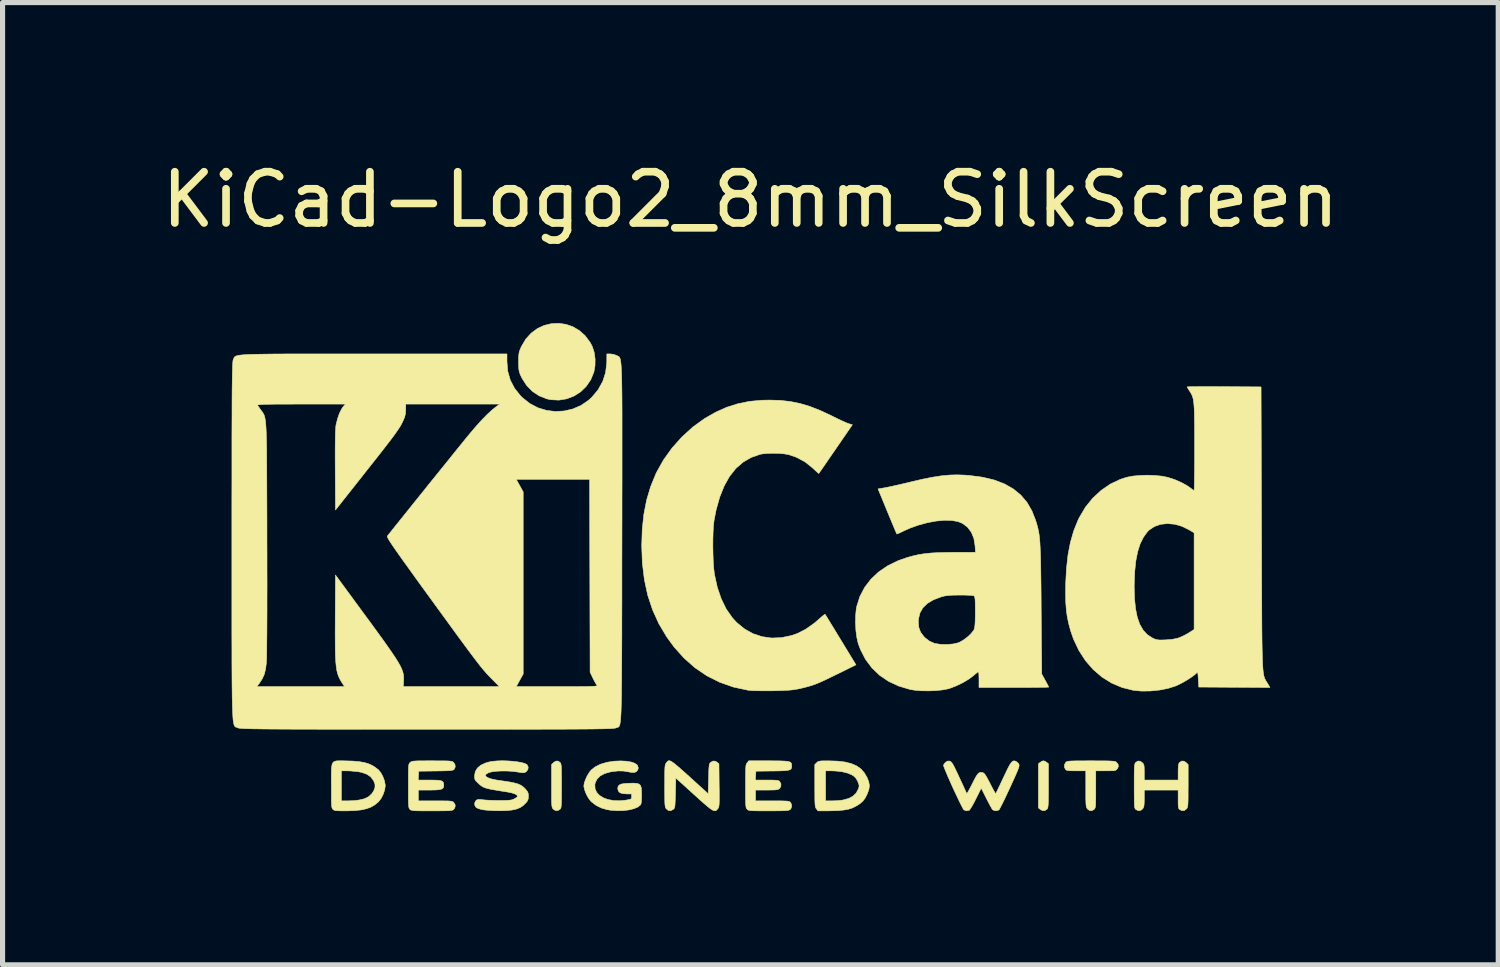
<source format=kicad_pcb>
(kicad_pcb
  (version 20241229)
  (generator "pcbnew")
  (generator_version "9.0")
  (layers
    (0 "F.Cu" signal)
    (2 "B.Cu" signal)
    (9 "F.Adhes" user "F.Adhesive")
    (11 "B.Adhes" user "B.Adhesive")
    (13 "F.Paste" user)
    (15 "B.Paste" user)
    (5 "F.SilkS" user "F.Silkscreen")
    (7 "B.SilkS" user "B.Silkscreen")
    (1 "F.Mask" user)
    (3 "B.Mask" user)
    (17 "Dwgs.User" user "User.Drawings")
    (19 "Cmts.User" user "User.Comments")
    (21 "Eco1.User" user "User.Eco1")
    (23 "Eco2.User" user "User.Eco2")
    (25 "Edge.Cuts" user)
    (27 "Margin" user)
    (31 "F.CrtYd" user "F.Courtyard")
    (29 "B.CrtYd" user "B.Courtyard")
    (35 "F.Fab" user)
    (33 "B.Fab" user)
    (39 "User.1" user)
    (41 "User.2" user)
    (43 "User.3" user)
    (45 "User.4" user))
  (footprint "KiCad-Logo2_8mm_SilkScreen"
    (layer "F.Cu")
    (at 11.601 7.198)
    (property "Reference" "KiCad-Logo2_8mm_SilkScreen" (at 0 -6.35 0) (layer "F.SilkS") (effects (font (size 1 1) (thickness 0.15))))
    (attr exclude_from_pos_files exclude_from_bom allow_missing_courtyard)
    (fp_poly (pts (xy 5.752 4.615) (xy 5.783 4.635) (xy 5.819 4.664) (xy 5.819 5.092) (xy 5.819 5.217) (xy 5.818 5.316) (xy 5.817 5.391) (xy 5.815 5.447) (xy 5.812 5.487) (xy 5.808 5.515) (xy 5.802 5.533) (xy 5.795 5.545) (xy 5.79 5.552) (xy 5.748 5.579) (xy 5.701 5.578) (xy 5.659 5.555) (xy 5.623 5.526) (xy 5.623 4.664) (xy 5.659 4.635) (xy 5.693 4.614) (xy 5.721 4.606) (xy 5.752 4.615)) (stroke (width 0.01) (type solid)) (fill yes) (layer "F.SilkS"))
    (fp_poly (pts (xy -3.718 4.636) (xy -3.709 4.647) (xy -3.702 4.66) (xy -3.697 4.679) (xy -3.693 4.708) (xy -3.69 4.751) (xy -3.689 4.811) (xy -3.688 4.89) (xy -3.688 4.994) (xy -3.688 5.095) (xy -3.688 5.22) (xy -3.688 5.318) (xy -3.689 5.393) (xy -3.691 5.449) (xy -3.694 5.489) (xy -3.698 5.516) (xy -3.703 5.533) (xy -3.711 5.545) (xy -3.718 5.553) (xy -3.762 5.579) (xy -3.808 5.577) (xy -3.85 5.549) (xy -3.86 5.537) (xy -3.867 5.524) (xy -3.873 5.506) (xy -3.877 5.479) (xy -3.88 5.439) (xy -3.882 5.383) (xy -3.883 5.308) (xy -3.883 5.209) (xy -3.883 5.097) (xy -3.883 4.68) (xy -3.846 4.643) (xy -3.801 4.612) (xy -3.756 4.611) (xy -3.718 4.636)) (stroke (width 0.01) (type solid)) (fill yes) (layer "F.SilkS"))
    (fp_poly (pts (xy -3.602 -3.916) (xy -3.466 -3.869) (xy -3.339 -3.794) (xy -3.226 -3.693) (xy -3.13 -3.564) (xy -3.087 -3.483) (xy -3.05 -3.37) (xy -3.032 -3.239) (xy -3.034 -3.105) (xy -3.056 -2.983) (xy -3.117 -2.834) (xy -3.205 -2.705) (xy -3.315 -2.598) (xy -3.444 -2.516) (xy -3.587 -2.461) (xy -3.739 -2.436) (xy -3.896 -2.444) (xy -3.973 -2.46) (xy -4.124 -2.519) (xy -4.258 -2.608) (xy -4.372 -2.726) (xy -4.463 -2.869) (xy -4.47 -2.885) (xy -4.497 -2.943) (xy -4.513 -2.993) (xy -4.522 -3.045) (xy -4.526 -3.111) (xy -4.527 -3.184) (xy -4.526 -3.271) (xy -4.521 -3.334) (xy -4.511 -3.385) (xy -4.492 -3.436) (xy -4.469 -3.487) (xy -4.384 -3.63) (xy -4.279 -3.745) (xy -4.158 -3.834) (xy -4.026 -3.895) (xy -3.886 -3.929) (xy -3.744 -3.936) (xy -3.602 -3.916)) (stroke (width 0.01) (type solid)) (fill yes) (layer "F.SilkS"))
    (fp_poly (pts (xy 6.783 4.607) (xy 6.887 4.607) (xy 6.969 4.608) (xy 7.03 4.61) (xy 7.074 4.613) (xy 7.105 4.616) (xy 7.126 4.621) (xy 7.139 4.628) (xy 7.146 4.633) (xy 7.18 4.676) (xy 7.184 4.721) (xy 7.163 4.762) (xy 7.149 4.778) (xy 7.134 4.789) (xy 7.113 4.796) (xy 7.079 4.8) (xy 7.027 4.801) (xy 6.952 4.802) (xy 6.937 4.802) (xy 6.743 4.802) (xy 6.743 5.163) (xy 6.743 5.276) (xy 6.742 5.364) (xy 6.741 5.429) (xy 6.739 5.475) (xy 6.735 5.507) (xy 6.729 5.528) (xy 6.722 5.543) (xy 6.713 5.553) (xy 6.669 5.58) (xy 6.623 5.578) (xy 6.582 5.547) (xy 6.579 5.544) (xy 6.569 5.53) (xy 6.561 5.513) (xy 6.556 5.49) (xy 6.552 5.457) (xy 6.55 5.409) (xy 6.548 5.343) (xy 6.548 5.254) (xy 6.548 5.153) (xy 6.548 4.802) (xy 6.362 4.802) (xy 6.282 4.801) (xy 6.227 4.799) (xy 6.191 4.795) (xy 6.168 4.787) (xy 6.153 4.776) (xy 6.152 4.774) (xy 6.13 4.73) (xy 6.132 4.68) (xy 6.157 4.636) (xy 6.167 4.628) (xy 6.179 4.621) (xy 6.198 4.616) (xy 6.226 4.612) (xy 6.267 4.61) (xy 6.324 4.608) (xy 6.4 4.607) (xy 6.499 4.607) (xy 6.624 4.606) (xy 6.651 4.606) (xy 6.783 4.607)) (stroke (width 0.01) (type solid)) (fill yes) (layer "F.SilkS"))
    (fp_poly (pts (xy 8.468 4.614) (xy 8.51 4.643) (xy 8.547 4.68) (xy 8.547 5.092) (xy 8.546 5.214) (xy 8.546 5.31) (xy 8.545 5.384) (xy 8.543 5.438) (xy 8.54 5.476) (xy 8.536 5.503) (xy 8.529 5.521) (xy 8.522 5.535) (xy 8.515 5.544) (xy 8.474 5.576) (xy 8.427 5.58) (xy 8.385 5.56) (xy 8.37 5.548) (xy 8.361 5.532) (xy 8.355 5.507) (xy 8.352 5.466) (xy 8.351 5.405) (xy 8.351 5.357) (xy 8.351 5.178) (xy 7.69 5.178) (xy 7.69 5.341) (xy 7.689 5.416) (xy 7.686 5.467) (xy 7.681 5.501) (xy 7.671 5.526) (xy 7.659 5.544) (xy 7.618 5.576) (xy 7.571 5.58) (xy 7.526 5.557) (xy 7.514 5.545) (xy 7.506 5.529) (xy 7.5 5.504) (xy 7.497 5.465) (xy 7.495 5.406) (xy 7.494 5.324) (xy 7.494 5.305) (xy 7.493 5.15) (xy 7.493 5.023) (xy 7.493 4.919) (xy 7.494 4.838) (xy 7.495 4.775) (xy 7.497 4.728) (xy 7.501 4.695) (xy 7.505 4.671) (xy 7.51 4.656) (xy 7.517 4.645) (xy 7.525 4.636) (xy 7.567 4.61) (xy 7.611 4.614) (xy 7.653 4.643) (xy 7.67 4.662) (xy 7.681 4.684) (xy 7.687 4.714) (xy 7.689 4.76) (xy 7.69 4.828) (xy 7.69 4.982) (xy 8.351 4.982) (xy 8.351 4.824) (xy 8.352 4.752) (xy 8.355 4.703) (xy 8.36 4.671) (xy 8.37 4.649) (xy 8.381 4.636) (xy 8.424 4.61) (xy 8.468 4.614)) (stroke (width 0.01) (type solid)) (fill yes) (layer "F.SilkS"))
    (fp_poly (pts (xy 1.531 4.607) (xy 1.703 4.612) (xy 1.849 4.63) (xy 1.971 4.661) (xy 2.073 4.705) (xy 2.157 4.764) (xy 2.224 4.84) (xy 2.278 4.932) (xy 2.279 4.934) (xy 2.311 5.017) (xy 2.323 5.09) (xy 2.314 5.164) (xy 2.283 5.248) (xy 2.278 5.261) (xy 2.239 5.336) (xy 2.195 5.394) (xy 2.139 5.443) (xy 2.062 5.492) (xy 2.057 5.494) (xy 1.99 5.527) (xy 1.915 5.551) (xy 1.825 5.567) (xy 1.718 5.578) (xy 1.586 5.582) (xy 1.54 5.583) (xy 1.319 5.583) (xy 1.288 5.544) (xy 1.279 5.531) (xy 1.272 5.516) (xy 1.266 5.494) (xy 1.263 5.464) (xy 1.26 5.42) (xy 1.259 5.388) (xy 1.468 5.388) (xy 1.593 5.388) (xy 1.666 5.386) (xy 1.741 5.38) (xy 1.802 5.372) (xy 1.806 5.372) (xy 1.916 5.342) (xy 2 5.298) (xy 2.064 5.237) (xy 2.107 5.157) (xy 2.115 5.136) (xy 2.122 5.103) (xy 2.119 5.071) (xy 2.103 5.028) (xy 2.094 5.006) (xy 2.063 4.95) (xy 2.025 4.91) (xy 1.984 4.883) (xy 1.902 4.847) (xy 1.796 4.821) (xy 1.673 4.806) (xy 1.584 4.802) (xy 1.468 4.802) (xy 1.468 5.388) (xy 1.259 5.388) (xy 1.258 5.36) (xy 1.258 5.279) (xy 1.257 5.174) (xy 1.257 5.092) (xy 1.257 4.68) (xy 1.294 4.643) (xy 1.31 4.628) (xy 1.328 4.618) (xy 1.353 4.612) (xy 1.39 4.608) (xy 1.446 4.607) (xy 1.526 4.607) (xy 1.531 4.607)) (stroke (width 0.01) (type solid)) (fill yes) (layer "F.SilkS"))
    (fp_poly (pts (xy -7.975 4.606) (xy -7.922 4.607) (xy -7.768 4.611) (xy -7.639 4.622) (xy -7.531 4.641) (xy -7.439 4.67) (xy -7.358 4.711) (xy -7.286 4.763) (xy -7.259 4.785) (xy -7.216 4.838) (xy -7.177 4.91) (xy -7.147 4.99) (xy -7.131 5.067) (xy -7.129 5.095) (xy -7.14 5.173) (xy -7.169 5.259) (xy -7.21 5.34) (xy -7.259 5.404) (xy -7.267 5.412) (xy -7.335 5.467) (xy -7.409 5.51) (xy -7.493 5.541) (xy -7.593 5.564) (xy -7.712 5.577) (xy -7.854 5.583) (xy -7.919 5.583) (xy -8.002 5.583) (xy -8.06 5.581) (xy -8.099 5.578) (xy -8.125 5.571) (xy -8.142 5.562) (xy -8.151 5.553) (xy -8.16 5.543) (xy -8.167 5.53) (xy -8.172 5.511) (xy -8.176 5.481) (xy -8.179 5.439) (xy -8.18 5.379) (xy -8.181 5.299) (xy -8.181 5.196) (xy -8.181 5.095) (xy -8.182 4.961) (xy -8.182 4.853) (xy -8.18 4.802) (xy -7.986 4.802) (xy -7.986 5.388) (xy -7.862 5.388) (xy -7.787 5.386) (xy -7.709 5.38) (xy -7.644 5.372) (xy -7.642 5.372) (xy -7.537 5.347) (xy -7.455 5.307) (xy -7.393 5.251) (xy -7.353 5.189) (xy -7.329 5.122) (xy -7.331 5.058) (xy -7.359 4.99) (xy -7.414 4.919) (xy -7.491 4.867) (xy -7.59 4.832) (xy -7.657 4.819) (xy -7.732 4.811) (xy -7.812 4.804) (xy -7.881 4.802) (xy -7.885 4.802) (xy -7.986 4.802) (xy -8.18 4.802) (xy -8.18 4.77) (xy -8.174 4.708) (xy -8.163 4.663) (xy -8.145 4.634) (xy -8.119 4.617) (xy -8.083 4.608) (xy -8.036 4.606) (xy -7.975 4.606)) (stroke (width 0.01) (type solid)) (fill yes) (layer "F.SilkS"))
    (fp_poly (pts (xy -1.556 4.612) (xy -1.524 4.631) (xy -1.483 4.661) (xy -1.431 4.704) (xy -1.364 4.762) (xy -1.281 4.835) (xy -1.18 4.926) (xy -1.065 5.031) (xy -0.824 5.249) (xy -0.817 4.957) (xy -0.814 4.856) (xy -0.812 4.781) (xy -0.808 4.727) (xy -0.804 4.691) (xy -0.799 4.667) (xy -0.79 4.651) (xy -0.78 4.64) (xy -0.774 4.635) (xy -0.728 4.61) (xy -0.684 4.614) (xy -0.649 4.635) (xy -0.614 4.664) (xy -0.61 5.083) (xy -0.608 5.206) (xy -0.608 5.303) (xy -0.608 5.377) (xy -0.609 5.432) (xy -0.612 5.471) (xy -0.616 5.499) (xy -0.621 5.518) (xy -0.629 5.532) (xy -0.637 5.543) (xy -0.655 5.564) (xy -0.673 5.578) (xy -0.693 5.583) (xy -0.718 5.578) (xy -0.751 5.562) (xy -0.793 5.533) (xy -0.848 5.489) (xy -0.917 5.429) (xy -1.004 5.352) (xy -1.102 5.263) (xy -1.456 4.942) (xy -1.463 5.234) (xy -1.466 5.335) (xy -1.469 5.41) (xy -1.472 5.463) (xy -1.476 5.5) (xy -1.482 5.523) (xy -1.49 5.539) (xy -1.501 5.55) (xy -1.506 5.555) (xy -1.555 5.58) (xy -1.602 5.576) (xy -1.642 5.544) (xy -1.652 5.531) (xy -1.659 5.515) (xy -1.664 5.494) (xy -1.668 5.464) (xy -1.671 5.42) (xy -1.672 5.359) (xy -1.673 5.278) (xy -1.674 5.173) (xy -1.674 5.095) (xy -1.673 4.973) (xy -1.673 4.878) (xy -1.672 4.805) (xy -1.67 4.751) (xy -1.667 4.713) (xy -1.662 4.686) (xy -1.656 4.668) (xy -1.648 4.654) (xy -1.642 4.646) (xy -1.627 4.627) (xy -1.613 4.613) (xy -1.598 4.605) (xy -1.58 4.604) (xy -1.556 4.612)) (stroke (width 0.01) (type solid)) (fill yes) (layer "F.SilkS"))
    (fp_poly (pts (xy -2.421 4.614) (xy -2.33 4.629) (xy -2.26 4.653) (xy -2.214 4.684) (xy -2.202 4.702) (xy -2.189 4.744) (xy -2.198 4.781) (xy -2.225 4.817) (xy -2.266 4.834) (xy -2.327 4.832) (xy -2.374 4.823) (xy -2.478 4.806) (xy -2.584 4.804) (xy -2.703 4.818) (xy -2.736 4.824) (xy -2.846 4.855) (xy -2.933 4.902) (xy -2.994 4.963) (xy -3.03 5.037) (xy -3.037 5.075) (xy -3.032 5.154) (xy -3.001 5.223) (xy -2.947 5.281) (xy -2.872 5.328) (xy -2.779 5.362) (xy -2.671 5.382) (xy -2.551 5.386) (xy -2.422 5.373) (xy -2.415 5.371) (xy -2.364 5.362) (xy -2.335 5.353) (xy -2.323 5.339) (xy -2.32 5.316) (xy -2.32 5.304) (xy -2.32 5.253) (xy -2.411 5.253) (xy -2.492 5.247) (xy -2.546 5.23) (xy -2.578 5.198) (xy -2.59 5.152) (xy -2.59 5.146) (xy -2.583 5.106) (xy -2.56 5.078) (xy -2.517 5.059) (xy -2.45 5.049) (xy -2.385 5.045) (xy -2.291 5.042) (xy -2.223 5.046) (xy -2.176 5.059) (xy -2.147 5.085) (xy -2.132 5.127) (xy -2.126 5.191) (xy -2.124 5.273) (xy -2.126 5.366) (xy -2.132 5.429) (xy -2.141 5.462) (xy -2.143 5.465) (xy -2.195 5.507) (xy -2.271 5.54) (xy -2.366 5.564) (xy -2.476 5.578) (xy -2.596 5.58) (xy -2.72 5.572) (xy -2.793 5.561) (xy -2.908 5.528) (xy -3.015 5.475) (xy -3.104 5.406) (xy -3.118 5.393) (xy -3.162 5.335) (xy -3.202 5.263) (xy -3.232 5.188) (xy -3.25 5.119) (xy -3.252 5.093) (xy -3.243 5.038) (xy -3.219 4.97) (xy -3.186 4.898) (xy -3.146 4.833) (xy -3.112 4.789) (xy -3.031 4.724) (xy -2.926 4.672) (xy -2.801 4.635) (xy -2.66 4.613) (xy -2.53 4.608) (xy -2.421 4.614)) (stroke (width 0.01) (type solid)) (fill yes) (layer "F.SilkS"))
    (fp_poly (pts (xy 0.482 4.607) (xy 0.583 4.608) (xy 0.661 4.611) (xy 0.719 4.616) (xy 0.758 4.624) (xy 0.784 4.636) (xy 0.798 4.652) (xy 0.805 4.673) (xy 0.806 4.699) (xy 0.806 4.703) (xy 0.805 4.733) (xy 0.799 4.756) (xy 0.784 4.774) (xy 0.757 4.786) (xy 0.715 4.794) (xy 0.655 4.8) (xy 0.572 4.803) (xy 0.463 4.805) (xy 0.43 4.805) (xy 0.107 4.809) (xy 0.103 4.896) (xy 0.098 4.982) (xy 0.322 4.982) (xy 0.41 4.982) (xy 0.472 4.984) (xy 0.515 4.987) (xy 0.542 4.992) (xy 0.56 5) (xy 0.573 5.012) (xy 0.573 5.012) (xy 0.596 5.056) (xy 0.595 5.105) (xy 0.571 5.146) (xy 0.566 5.15) (xy 0.549 5.161) (xy 0.525 5.169) (xy 0.49 5.174) (xy 0.438 5.176) (xy 0.364 5.177) (xy 0.316 5.178) (xy 0.1 5.178) (xy 0.1 5.388) (xy 0.428 5.388) (xy 0.537 5.388) (xy 0.619 5.389) (xy 0.679 5.391) (xy 0.721 5.393) (xy 0.749 5.398) (xy 0.767 5.404) (xy 0.778 5.412) (xy 0.781 5.415) (xy 0.803 5.457) (xy 0.805 5.505) (xy 0.787 5.547) (xy 0.773 5.56) (xy 0.758 5.567) (xy 0.736 5.573) (xy 0.702 5.577) (xy 0.653 5.58) (xy 0.585 5.582) (xy 0.495 5.583) (xy 0.379 5.583) (xy 0.353 5.583) (xy 0.235 5.583) (xy 0.143 5.583) (xy 0.075 5.582) (xy 0.025 5.58) (xy -0.01 5.577) (xy -0.033 5.572) (xy -0.048 5.565) (xy -0.059 5.557) (xy -0.065 5.55) (xy -0.074 5.539) (xy -0.081 5.526) (xy -0.086 5.506) (xy -0.09 5.477) (xy -0.093 5.434) (xy -0.094 5.374) (xy -0.095 5.294) (xy -0.095 5.189) (xy -0.095 5.102) (xy -0.095 4.979) (xy -0.095 4.882) (xy -0.094 4.808) (xy -0.092 4.754) (xy -0.089 4.715) (xy -0.085 4.688) (xy -0.079 4.669) (xy -0.071 4.655) (xy -0.064 4.646) (xy -0.033 4.606) (xy 0.353 4.606) (xy 0.482 4.607)) (stroke (width 0.01) (type solid)) (fill yes) (layer "F.SilkS"))
    (fp_poly (pts (xy -6.099 4.607) (xy -6.007 4.607) (xy -5.937 4.608) (xy -5.886 4.61) (xy -5.851 4.614) (xy -5.827 4.618) (xy -5.811 4.625) (xy -5.799 4.633) (xy -5.795 4.637) (xy -5.768 4.678) (xy -5.763 4.726) (xy -5.781 4.768) (xy -5.789 4.777) (xy -5.802 4.785) (xy -5.823 4.791) (xy -5.855 4.796) (xy -5.903 4.8) (xy -5.971 4.802) (xy -6.062 4.804) (xy -6.146 4.805) (xy -6.476 4.809) (xy -6.485 4.982) (xy -6.261 4.982) (xy -6.164 4.983) (xy -6.092 4.986) (xy -6.043 4.994) (xy -6.012 5.007) (xy -5.995 5.028) (xy -5.988 5.057) (xy -5.987 5.084) (xy -5.99 5.117) (xy -6.003 5.141) (xy -6.028 5.158) (xy -6.071 5.169) (xy -6.133 5.175) (xy -6.221 5.177) (xy -6.268 5.178) (xy -6.483 5.178) (xy -6.483 5.388) (xy -6.152 5.388) (xy -6.044 5.388) (xy -5.962 5.389) (xy -5.901 5.39) (xy -5.859 5.393) (xy -5.83 5.397) (xy -5.811 5.404) (xy -5.798 5.412) (xy -5.792 5.418) (xy -5.769 5.454) (xy -5.762 5.486) (xy -5.772 5.525) (xy -5.792 5.553) (xy -5.802 5.562) (xy -5.816 5.569) (xy -5.836 5.575) (xy -5.866 5.578) (xy -5.911 5.581) (xy -5.973 5.582) (xy -6.056 5.583) (xy -6.164 5.583) (xy -6.22 5.583) (xy -6.34 5.583) (xy -6.434 5.583) (xy -6.505 5.582) (xy -6.556 5.58) (xy -6.592 5.576) (xy -6.617 5.572) (xy -6.633 5.566) (xy -6.644 5.558) (xy -6.648 5.553) (xy -6.657 5.543) (xy -6.664 5.53) (xy -6.669 5.511) (xy -6.673 5.481) (xy -6.676 5.438) (xy -6.677 5.379) (xy -6.678 5.298) (xy -6.678 5.194) (xy -6.678 5.097) (xy -6.678 4.973) (xy -6.678 4.876) (xy -6.677 4.801) (xy -6.676 4.746) (xy -6.673 4.707) (xy -6.669 4.681) (xy -6.663 4.663) (xy -6.656 4.651) (xy -6.646 4.641) (xy -6.644 4.639) (xy -6.632 4.629) (xy -6.619 4.622) (xy -6.6 4.616) (xy -6.571 4.612) (xy -6.53 4.609) (xy -6.472 4.607) (xy -6.394 4.607) (xy -6.291 4.606) (xy -6.218 4.606) (xy -6.099 4.607)) (stroke (width 0.01) (type solid)) (fill yes) (layer "F.SilkS"))
    (fp_poly (pts (xy 5.161 4.609) (xy 5.187 4.618) (xy 5.188 4.619) (xy 5.223 4.646) (xy 5.243 4.674) (xy 5.246 4.687) (xy 5.246 4.704) (xy 5.241 4.729) (xy 5.229 4.764) (xy 5.21 4.812) (xy 5.182 4.878) (xy 5.144 4.962) (xy 5.095 5.07) (xy 5.068 5.129) (xy 5.019 5.233) (xy 4.974 5.33) (xy 4.933 5.414) (xy 4.898 5.483) (xy 4.872 5.533) (xy 4.856 5.561) (xy 4.852 5.565) (xy 4.811 5.581) (xy 4.764 5.579) (xy 4.727 5.559) (xy 4.725 5.557) (xy 4.711 5.534) (xy 4.686 5.491) (xy 4.654 5.431) (xy 4.618 5.361) (xy 4.605 5.336) (xy 4.507 5.14) (xy 4.401 5.352) (xy 4.363 5.426) (xy 4.328 5.489) (xy 4.298 5.538) (xy 4.277 5.568) (xy 4.27 5.574) (xy 4.215 5.582) (xy 4.169 5.565) (xy 4.155 5.546) (xy 4.132 5.503) (xy 4.101 5.442) (xy 4.064 5.366) (xy 4.022 5.278) (xy 3.978 5.185) (xy 3.934 5.089) (xy 3.892 4.994) (xy 3.853 4.906) (xy 3.82 4.827) (xy 3.793 4.763) (xy 3.776 4.717) (xy 3.77 4.693) (xy 3.77 4.692) (xy 3.785 4.663) (xy 3.814 4.633) (xy 3.816 4.631) (xy 3.852 4.611) (xy 3.885 4.611) (xy 3.898 4.615) (xy 3.913 4.623) (xy 3.929 4.64) (xy 3.949 4.667) (xy 3.973 4.71) (xy 4.003 4.771) (xy 4.043 4.854) (xy 4.078 4.93) (xy 4.119 5.018) (xy 4.156 5.097) (xy 4.186 5.164) (xy 4.209 5.213) (xy 4.221 5.241) (xy 4.223 5.245) (xy 4.231 5.238) (xy 4.25 5.208) (xy 4.277 5.16) (xy 4.31 5.098) (xy 4.323 5.072) (xy 4.366 4.986) (xy 4.4 4.923) (xy 4.427 4.88) (xy 4.449 4.853) (xy 4.469 4.838) (xy 4.491 4.832) (xy 4.505 4.832) (xy 4.529 4.834) (xy 4.551 4.843) (xy 4.573 4.863) (xy 4.597 4.897) (xy 4.627 4.949) (xy 4.665 5.022) (xy 4.687 5.064) (xy 4.721 5.131) (xy 4.751 5.186) (xy 4.774 5.226) (xy 4.787 5.244) (xy 4.789 5.245) (xy 4.798 5.23) (xy 4.817 5.193) (xy 4.845 5.135) (xy 4.88 5.062) (xy 4.919 4.978) (xy 4.939 4.937) (xy 4.99 4.829) (xy 5.03 4.746) (xy 5.063 4.685) (xy 5.091 4.644) (xy 5.115 4.619) (xy 5.137 4.608) (xy 5.161 4.609)) (stroke (width 0.01) (type solid)) (fill yes) (layer "F.SilkS"))
    (fp_poly (pts (xy -4.74 4.608) (xy -4.64 4.615) (xy -4.548 4.626) (xy -4.467 4.64) (xy -4.405 4.658) (xy -4.365 4.678) (xy -4.359 4.684) (xy -4.338 4.73) (xy -4.345 4.777) (xy -4.377 4.818) (xy -4.379 4.819) (xy -4.398 4.831) (xy -4.418 4.838) (xy -4.446 4.839) (xy -4.489 4.834) (xy -4.554 4.824) (xy -4.559 4.823) (xy -4.656 4.811) (xy -4.761 4.805) (xy -4.865 4.805) (xy -4.963 4.81) (xy -5.047 4.821) (xy -5.108 4.837) (xy -5.112 4.839) (xy -5.157 4.864) (xy -5.173 4.889) (xy -5.161 4.914) (xy -5.121 4.938) (xy -5.056 4.96) (xy -4.965 4.98) (xy -4.905 4.989) (xy -4.78 5.007) (xy -4.68 5.023) (xy -4.601 5.04) (xy -4.54 5.057) (xy -4.492 5.078) (xy -4.453 5.102) (xy -4.417 5.132) (xy -4.389 5.161) (xy -4.356 5.203) (xy -4.339 5.238) (xy -4.334 5.281) (xy -4.334 5.297) (xy -4.338 5.35) (xy -4.353 5.39) (xy -4.38 5.424) (xy -4.434 5.478) (xy -4.495 5.519) (xy -4.567 5.548) (xy -4.653 5.567) (xy -4.76 5.578) (xy -4.891 5.581) (xy -4.912 5.581) (xy -5 5.579) (xy -5.086 5.575) (xy -5.163 5.569) (xy -5.22 5.562) (xy -5.224 5.562) (xy -5.281 5.548) (xy -5.329 5.531) (xy -5.356 5.516) (xy -5.381 5.475) (xy -5.383 5.428) (xy -5.361 5.385) (xy -5.356 5.381) (xy -5.336 5.366) (xy -5.311 5.36) (xy -5.272 5.361) (xy -5.224 5.367) (xy -5.172 5.372) (xy -5.098 5.376) (xy -5.011 5.379) (xy -4.921 5.38) (xy -4.897 5.38) (xy -4.807 5.38) (xy -4.741 5.378) (xy -4.693 5.374) (xy -4.658 5.368) (xy -4.63 5.358) (xy -4.613 5.35) (xy -4.575 5.328) (xy -4.551 5.308) (xy -4.548 5.302) (xy -4.555 5.279) (xy -4.59 5.256) (xy -4.65 5.235) (xy -4.733 5.217) (xy -4.758 5.213) (xy -4.886 5.193) (xy -4.987 5.176) (xy -5.068 5.162) (xy -5.13 5.148) (xy -5.178 5.134) (xy -5.216 5.118) (xy -5.248 5.099) (xy -5.278 5.077) (xy -5.309 5.049) (xy -5.32 5.039) (xy -5.357 5.003) (xy -5.377 4.974) (xy -5.385 4.941) (xy -5.386 4.899) (xy -5.372 4.818) (xy -5.331 4.748) (xy -5.263 4.691) (xy -5.168 4.647) (xy -5.1 4.628) (xy -5.027 4.615) (xy -4.939 4.608) (xy -4.841 4.605) (xy -4.74 4.608)) (stroke (width 0.01) (type solid)) (fill yes) (layer "F.SilkS"))
    (fp_poly (pts (xy 0.581 -2.431) (xy 0.777 -2.409) (xy 0.967 -2.371) (xy 1.158 -2.314) (xy 1.358 -2.236) (xy 1.576 -2.135) (xy 1.615 -2.115) (xy 1.705 -2.071) (xy 1.79 -2.031) (xy 1.861 -1.999) (xy 1.91 -1.979) (xy 1.918 -1.977) (xy 1.991 -1.955) (xy 1.665 -1.481) (xy 1.585 -1.365) (xy 1.512 -1.259) (xy 1.449 -1.167) (xy 1.397 -1.092) (xy 1.359 -1.038) (xy 1.339 -1.008) (xy 1.335 -1.003) (xy 1.322 -1.013) (xy 1.288 -1.043) (xy 1.24 -1.087) (xy 1.214 -1.112) (xy 1.065 -1.231) (xy 0.897 -1.321) (xy 0.753 -1.37) (xy 0.666 -1.386) (xy 0.558 -1.395) (xy 0.44 -1.398) (xy 0.326 -1.395) (xy 0.229 -1.385) (xy 0.19 -1.378) (xy 0.015 -1.317) (xy -0.143 -1.225) (xy -0.284 -1.102) (xy -0.407 -0.947) (xy -0.512 -0.76) (xy -0.599 -0.543) (xy -0.669 -0.294) (xy -0.71 -0.082) (xy -0.721 0.012) (xy -0.728 0.134) (xy -0.732 0.273) (xy -0.733 0.423) (xy -0.73 0.575) (xy -0.725 0.718) (xy -0.716 0.846) (xy -0.704 0.949) (xy -0.702 0.964) (xy -0.646 1.22) (xy -0.569 1.445) (xy -0.472 1.643) (xy -0.353 1.813) (xy -0.269 1.905) (xy -0.117 2.03) (xy 0.049 2.123) (xy 0.227 2.182) (xy 0.414 2.209) (xy 0.607 2.201) (xy 0.803 2.16) (xy 0.92 2.119) (xy 1.08 2.037) (xy 1.246 1.92) (xy 1.339 1.84) (xy 1.391 1.794) (xy 1.432 1.761) (xy 1.455 1.745) (xy 1.458 1.744) (xy 1.469 1.761) (xy 1.496 1.804) (xy 1.537 1.872) (xy 1.59 1.959) (xy 1.653 2.062) (xy 1.723 2.177) (xy 1.762 2.241) (xy 2.061 2.732) (xy 1.688 2.916) (xy 1.553 2.982) (xy 1.444 3.034) (xy 1.354 3.075) (xy 1.276 3.107) (xy 1.203 3.133) (xy 1.13 3.155) (xy 1.049 3.176) (xy 0.971 3.195) (xy 0.901 3.209) (xy 0.829 3.22) (xy 0.746 3.228) (xy 0.645 3.233) (xy 0.52 3.237) (xy 0.435 3.239) (xy 0.315 3.24) (xy 0.199 3.239) (xy 0.096 3.237) (xy 0.013 3.234) (xy -0.042 3.229) (xy -0.045 3.228) (xy -0.33 3.167) (xy -0.598 3.073) (xy -0.848 2.948) (xy -1.08 2.791) (xy -1.295 2.602) (xy -1.492 2.382) (xy -1.635 2.186) (xy -1.787 1.93) (xy -1.91 1.659) (xy -2.005 1.372) (xy -2.071 1.066) (xy -2.11 0.74) (xy -2.122 0.408) (xy -2.112 0.087) (xy -2.08 -0.209) (xy -2.026 -0.486) (xy -1.948 -0.747) (xy -1.845 -0.999) (xy -1.833 -1.025) (xy -1.697 -1.268) (xy -1.531 -1.5) (xy -1.338 -1.716) (xy -1.125 -1.91) (xy -0.894 -2.077) (xy -0.679 -2.2) (xy -0.462 -2.297) (xy -0.244 -2.366) (xy -0.018 -2.412) (xy 0.226 -2.434) (xy 0.372 -2.437) (xy 0.581 -2.431)) (stroke (width 0.01) (type solid)) (fill yes) (layer "F.SilkS"))
    (fp_poly (pts (xy 9.042 -2.7) (xy 9.196 -2.699) (xy 9.248 -2.699) (xy 9.97 -2.694) (xy 9.979 0.073) (xy 9.98 0.448) (xy 9.981 0.788) (xy 9.982 1.096) (xy 9.983 1.373) (xy 9.984 1.621) (xy 9.985 1.841) (xy 9.986 2.036) (xy 9.988 2.206) (xy 9.99 2.354) (xy 9.993 2.482) (xy 9.996 2.592) (xy 9.999 2.684) (xy 10.003 2.761) (xy 10.008 2.825) (xy 10.013 2.877) (xy 10.02 2.92) (xy 10.027 2.954) (xy 10.035 2.982) (xy 10.044 3.005) (xy 10.055 3.026) (xy 10.066 3.045) (xy 10.079 3.066) (xy 10.093 3.089) (xy 10.096 3.093) (xy 10.144 3.175) (xy 8.754 3.166) (xy 8.745 3.013) (xy 8.74 2.94) (xy 8.735 2.898) (xy 8.728 2.881) (xy 8.717 2.884) (xy 8.709 2.894) (xy 8.67 2.929) (xy 8.608 2.975) (xy 8.531 3.025) (xy 8.447 3.074) (xy 8.365 3.117) (xy 8.302 3.145) (xy 8.155 3.192) (xy 7.986 3.225) (xy 7.808 3.243) (xy 7.633 3.245) (xy 7.474 3.229) (xy 7.472 3.229) (xy 7.254 3.174) (xy 7.05 3.087) (xy 6.863 2.97) (xy 6.693 2.824) (xy 6.542 2.651) (xy 6.414 2.453) (xy 6.309 2.232) (xy 6.252 2.068) (xy 6.215 1.931) (xy 6.187 1.799) (xy 6.168 1.663) (xy 6.157 1.514) (xy 6.153 1.347) (xy 6.155 1.209) (xy 7.493 1.209) (xy 7.5 1.439) (xy 7.52 1.637) (xy 7.554 1.805) (xy 7.603 1.943) (xy 7.668 2.055) (xy 7.748 2.142) (xy 7.842 2.204) (xy 7.89 2.227) (xy 7.932 2.24) (xy 7.979 2.247) (xy 8.042 2.247) (xy 8.11 2.245) (xy 8.243 2.233) (xy 8.349 2.21) (xy 8.382 2.198) (xy 8.458 2.164) (xy 8.538 2.121) (xy 8.572 2.1) (xy 8.663 2.041) (xy 8.663 0.155) (xy 8.563 0.095) (xy 8.424 0.027) (xy 8.282 -0.013) (xy 8.142 -0.025) (xy 8.009 -0.011) (xy 7.889 0.031) (xy 7.787 0.099) (xy 7.754 0.131) (xy 7.675 0.239) (xy 7.61 0.368) (xy 7.561 0.523) (xy 7.525 0.704) (xy 7.503 0.915) (xy 7.494 1.157) (xy 7.493 1.209) (xy 6.155 1.209) (xy 6.155 1.152) (xy 6.171 0.854) (xy 6.201 0.584) (xy 6.248 0.34) (xy 6.312 0.118) (xy 6.394 -0.087) (xy 6.424 -0.148) (xy 6.542 -0.347) (xy 6.684 -0.523) (xy 6.848 -0.674) (xy 7.029 -0.798) (xy 7.225 -0.891) (xy 7.343 -0.929) (xy 7.458 -0.952) (xy 7.597 -0.965) (xy 7.748 -0.97) (xy 7.898 -0.965) (xy 8.038 -0.951) (xy 8.15 -0.928) (xy 8.283 -0.885) (xy 8.412 -0.829) (xy 8.525 -0.767) (xy 8.585 -0.725) (xy 8.627 -0.693) (xy 8.656 -0.674) (xy 8.662 -0.671) (xy 8.664 -0.689) (xy 8.666 -0.739) (xy 8.668 -0.819) (xy 8.669 -0.924) (xy 8.671 -1.051) (xy 8.672 -1.197) (xy 8.672 -1.357) (xy 8.672 -1.521) (xy 8.672 -1.731) (xy 8.672 -1.908) (xy 8.67 -2.055) (xy 8.668 -2.176) (xy 8.665 -2.274) (xy 8.659 -2.353) (xy 8.652 -2.416) (xy 8.643 -2.467) (xy 8.631 -2.508) (xy 8.616 -2.543) (xy 8.598 -2.576) (xy 8.577 -2.61) (xy 8.574 -2.614) (xy 8.546 -2.658) (xy 8.529 -2.688) (xy 8.527 -2.694) (xy 8.545 -2.696) (xy 8.595 -2.698) (xy 8.673 -2.699) (xy 8.776 -2.7) (xy 8.9 -2.7) (xy 9.042 -2.7)) (stroke (width 0.01) (type solid)) (fill yes) (layer "F.SilkS"))
    (fp_poly (pts (xy 4.186 -0.972) (xy 4.276 -0.965) (xy 4.533 -0.931) (xy 4.76 -0.877) (xy 4.96 -0.801) (xy 5.132 -0.703) (xy 5.278 -0.583) (xy 5.4 -0.44) (xy 5.497 -0.272) (xy 5.568 -0.091) (xy 5.586 -0.033) (xy 5.602 0.021) (xy 5.615 0.075) (xy 5.627 0.13) (xy 5.637 0.191) (xy 5.645 0.26) (xy 5.652 0.339) (xy 5.657 0.433) (xy 5.662 0.543) (xy 5.666 0.672) (xy 5.669 0.825) (xy 5.671 1.003) (xy 5.674 1.209) (xy 5.676 1.447) (xy 5.677 1.633) (xy 5.688 2.912) (xy 5.756 3.035) (xy 5.788 3.094) (xy 5.812 3.14) (xy 5.823 3.165) (xy 5.824 3.167) (xy 5.806 3.168) (xy 5.757 3.17) (xy 5.678 3.172) (xy 5.576 3.173) (xy 5.453 3.174) (xy 5.314 3.175) (xy 5.162 3.175) (xy 5.144 3.175) (xy 4.463 3.175) (xy 4.463 3.021) (xy 4.462 2.951) (xy 4.459 2.898) (xy 4.454 2.869) (xy 4.452 2.867) (xy 4.434 2.878) (xy 4.397 2.907) (xy 4.349 2.948) (xy 4.348 2.949) (xy 4.26 3.014) (xy 4.149 3.08) (xy 4.028 3.139) (xy 3.908 3.186) (xy 3.855 3.202) (xy 3.751 3.222) (xy 3.622 3.235) (xy 3.481 3.241) (xy 3.34 3.239) (xy 3.211 3.228) (xy 3.121 3.214) (xy 2.899 3.148) (xy 2.699 3.056) (xy 2.522 2.936) (xy 2.371 2.791) (xy 2.245 2.622) (xy 2.147 2.43) (xy 2.104 2.313) (xy 2.078 2.2) (xy 2.06 2.064) (xy 2.052 1.917) (xy 2.052 1.896) (xy 3.279 1.896) (xy 3.289 2.005) (xy 3.323 2.095) (xy 3.386 2.179) (xy 3.41 2.204) (xy 3.496 2.27) (xy 3.594 2.313) (xy 3.713 2.333) (xy 3.837 2.335) (xy 3.956 2.325) (xy 4.046 2.305) (xy 4.086 2.29) (xy 4.156 2.25) (xy 4.232 2.194) (xy 4.3 2.131) (xy 4.351 2.07) (xy 4.365 2.047) (xy 4.375 2.016) (xy 4.383 1.967) (xy 4.388 1.894) (xy 4.39 1.793) (xy 4.391 1.697) (xy 4.39 1.585) (xy 4.389 1.504) (xy 4.386 1.449) (xy 4.381 1.414) (xy 4.373 1.394) (xy 4.362 1.384) (xy 4.359 1.383) (xy 4.33 1.378) (xy 4.272 1.374) (xy 4.193 1.371) (xy 4.102 1.37) (xy 4.082 1.37) (xy 3.96 1.372) (xy 3.866 1.378) (xy 3.791 1.388) (xy 3.729 1.404) (xy 3.575 1.462) (xy 3.455 1.533) (xy 3.367 1.619) (xy 3.309 1.721) (xy 3.282 1.839) (xy 3.279 1.896) (xy 2.052 1.896) (xy 2.054 1.774) (xy 2.066 1.645) (xy 2.076 1.592) (xy 2.137 1.399) (xy 2.23 1.221) (xy 2.353 1.06) (xy 2.504 0.918) (xy 2.682 0.797) (xy 2.885 0.698) (xy 3.057 0.638) (xy 3.172 0.606) (xy 3.282 0.581) (xy 3.395 0.563) (xy 3.516 0.55) (xy 3.654 0.542) (xy 3.816 0.538) (xy 3.962 0.536) (xy 4.395 0.535) (xy 4.386 0.405) (xy 4.363 0.264) (xy 4.313 0.143) (xy 4.238 0.044) (xy 4.141 -0.029) (xy 4.056 -0.064) (xy 3.934 -0.086) (xy 3.789 -0.09) (xy 3.627 -0.075) (xy 3.455 -0.043) (xy 3.281 0.004) (xy 3.111 0.065) (xy 2.987 0.121) (xy 2.928 0.15) (xy 2.882 0.17) (xy 2.859 0.178) (xy 2.858 0.178) (xy 2.85 0.16) (xy 2.83 0.114) (xy 2.8 0.042) (xy 2.762 -0.049) (xy 2.717 -0.156) (xy 2.672 -0.265) (xy 2.492 -0.703) (xy 2.62 -0.724) (xy 2.676 -0.735) (xy 2.76 -0.753) (xy 2.864 -0.776) (xy 2.982 -0.803) (xy 3.107 -0.833) (xy 3.157 -0.845) (xy 3.372 -0.895) (xy 3.56 -0.932) (xy 3.728 -0.958) (xy 3.884 -0.973) (xy 4.034 -0.977) (xy 4.186 -0.972)) (stroke (width 0.01) (type solid)) (fill yes) (layer "F.SilkS"))
    (fp_poly (pts (xy -7.87 -3.338) (xy -7.521 -3.338) (xy -7.358 -3.338) (xy -4.753 -3.338) (xy -4.753 -3.185) (xy -4.737 -2.998) (xy -4.688 -2.826) (xy -4.605 -2.667) (xy -4.488 -2.52) (xy -4.448 -2.481) (xy -4.306 -2.369) (xy -4.149 -2.287) (xy -3.982 -2.236) (xy -3.81 -2.214) (xy -3.637 -2.224) (xy -3.468 -2.263) (xy -3.308 -2.332) (xy -3.162 -2.432) (xy -3.096 -2.492) (xy -2.973 -2.639) (xy -2.883 -2.801) (xy -2.827 -2.976) (xy -2.805 -3.161) (xy -2.804 -3.18) (xy -2.803 -3.338) (xy -2.733 -3.338) (xy -2.671 -3.33) (xy -2.615 -3.309) (xy -2.611 -3.307) (xy -2.598 -3.301) (xy -2.587 -3.296) (xy -2.576 -3.29) (xy -2.566 -3.284) (xy -2.557 -3.274) (xy -2.549 -3.26) (xy -2.542 -3.239) (xy -2.536 -3.211) (xy -2.53 -3.174) (xy -2.525 -3.127) (xy -2.521 -3.067) (xy -2.517 -2.994) (xy -2.514 -2.906) (xy -2.512 -2.801) (xy -2.51 -2.678) (xy -2.508 -2.535) (xy -2.507 -2.372) (xy -2.506 -2.186) (xy -2.506 -1.976) (xy -2.506 -1.74) (xy -2.506 -1.477) (xy -2.506 -1.185) (xy -2.506 -0.864) (xy -2.507 -0.511) (xy -2.507 -0.124) (xy -2.508 0.297) (xy -2.508 0.348) (xy -2.509 0.771) (xy -2.509 1.16) (xy -2.509 1.516) (xy -2.51 1.839) (xy -2.51 2.133) (xy -2.511 2.398) (xy -2.512 2.635) (xy -2.513 2.847) (xy -2.514 3.034) (xy -2.516 3.199) (xy -2.517 3.342) (xy -2.52 3.466) (xy -2.523 3.571) (xy -2.526 3.66) (xy -2.53 3.733) (xy -2.534 3.793) (xy -2.539 3.84) (xy -2.545 3.877) (xy -2.551 3.904) (xy -2.558 3.924) (xy -2.566 3.937) (xy -2.575 3.946) (xy -2.585 3.951) (xy -2.596 3.955) (xy -2.608 3.958) (xy -2.621 3.963) (xy -2.624 3.964) (xy -2.634 3.967) (xy -2.651 3.97) (xy -2.676 3.973) (xy -2.71 3.976) (xy -2.756 3.978) (xy -2.814 3.98) (xy -2.886 3.982) (xy -2.973 3.983) (xy -3.078 3.985) (xy -3.201 3.986) (xy -3.343 3.987) (xy -3.507 3.988) (xy -3.694 3.989) (xy -3.905 3.989) (xy -4.141 3.99) (xy -4.405 3.99) (xy -4.697 3.991) (xy -5.019 3.991) (xy -5.373 3.991) (xy -5.759 3.991) (xy -6.18 3.991) (xy -6.316 3.991) (xy -6.747 3.991) (xy -7.142 3.991) (xy -7.504 3.991) (xy -7.835 3.99) (xy -8.134 3.99) (xy -8.405 3.99) (xy -8.649 3.989) (xy -8.866 3.989) (xy -9.059 3.988) (xy -9.229 3.987) (xy -9.378 3.986) (xy -9.506 3.985) (xy -9.616 3.983) (xy -9.709 3.982) (xy -9.786 3.98) (xy -9.848 3.978) (xy -9.899 3.976) (xy -9.937 3.974) (xy -9.967 3.971) (xy -9.987 3.968) (xy -10.001 3.965) (xy -10.009 3.962) (xy -10.023 3.956) (xy -10.035 3.952) (xy -10.046 3.948) (xy -10.057 3.942) (xy -10.066 3.934) (xy -10.075 3.92) (xy -10.082 3.901) (xy -10.089 3.874) (xy -10.095 3.839) (xy -10.101 3.793) (xy -10.105 3.734) (xy -10.109 3.663) (xy -10.112 3.576) (xy -10.115 3.473) (xy -10.118 3.352) (xy -10.119 3.211) (xy -10.12 3.157) (xy -9.636 3.157) (xy -7.924 3.157) (xy -7.957 3.107) (xy -7.99 3.056) (xy -8.018 3.007) (xy -8.041 2.957) (xy -8.06 2.903) (xy -8.075 2.841) (xy -8.086 2.768) (xy -8.095 2.68) (xy -8.101 2.574) (xy -8.105 2.447) (xy -8.106 2.294) (xy -8.107 2.114) (xy -8.106 1.902) (xy -8.106 1.823) (xy -8.101 0.978) (xy -7.566 1.707) (xy -7.414 1.913) (xy -7.283 2.093) (xy -7.17 2.249) (xy -7.075 2.383) (xy -6.996 2.497) (xy -6.931 2.594) (xy -6.88 2.676) (xy -6.84 2.746) (xy -6.811 2.806) (xy -6.791 2.858) (xy -6.778 2.905) (xy -6.771 2.949) (xy -6.769 2.992) (xy -6.77 3.038) (xy -6.77 3.043) (xy -6.776 3.157) (xy -4.901 3.157) (xy -5.04 3.016) (xy -5.078 2.978) (xy -5.114 2.94) (xy -5.15 2.902) (xy -5.186 2.86) (xy -5.226 2.814) (xy -5.27 2.76) (xy -5.32 2.696) (xy -5.377 2.622) (xy -5.443 2.534) (xy -5.521 2.43) (xy -5.61 2.309) (xy -5.713 2.169) (xy -5.832 2.006) (xy -5.967 1.82) (xy -6.121 1.609) (xy -6.247 1.435) (xy -6.406 1.217) (xy -6.544 1.026) (xy -6.663 0.86) (xy -6.765 0.719) (xy -6.85 0.599) (xy -6.92 0.5) (xy -6.976 0.419) (xy -7.019 0.355) (xy -7.051 0.305) (xy -7.072 0.269) (xy -7.085 0.243) (xy -7.09 0.227) (xy -7.088 0.218) (xy -7.071 0.196) (xy -7.032 0.148) (xy -6.976 0.077) (xy -6.904 -0.013) (xy -6.818 -0.12) (xy -6.721 -0.241) (xy -6.615 -0.373) (xy -6.502 -0.514) (xy -6.385 -0.659) (xy -6.266 -0.808) (xy -6.2 -0.889) (xy -4.571 -0.889) (xy -4.504 -0.767) (xy -4.436 -0.644) (xy -4.436 2.912) (xy -4.504 3.034) (xy -4.571 3.157) (xy -3.771 3.157) (xy -3.579 3.157) (xy -3.422 3.157) (xy -3.294 3.156) (xy -3.193 3.155) (xy -3.117 3.153) (xy -3.062 3.151) (xy -3.025 3.148) (xy -3.004 3.144) (xy -2.994 3.139) (xy -2.993 3.132) (xy -2.999 3.125) (xy -2.999 3.125) (xy -3.022 3.092) (xy -3.052 3.038) (xy -3.079 2.984) (xy -3.13 2.876) (xy -3.135 0.993) (xy -3.14 -0.889) (xy -4.571 -0.889) (xy -6.2 -0.889) (xy -6.147 -0.955) (xy -6.03 -1.1) (xy -5.918 -1.238) (xy -5.814 -1.368) (xy -5.719 -1.486) (xy -5.635 -1.589) (xy -5.566 -1.675) (xy -5.512 -1.74) (xy -5.481 -1.778) (xy -5.36 -1.92) (xy -5.244 -2.049) (xy -5.136 -2.159) (xy -5.04 -2.247) (xy -4.973 -2.301) (xy -4.893 -2.359) (xy -6.729 -2.359) (xy -6.729 -2.251) (xy -6.734 -2.172) (xy -6.753 -2.098) (xy -6.783 -2.029) (xy -6.802 -1.989) (xy -6.823 -1.95) (xy -6.847 -1.909) (xy -6.877 -1.863) (xy -6.914 -1.81) (xy -6.959 -1.746) (xy -7.016 -1.67) (xy -7.086 -1.579) (xy -7.17 -1.47) (xy -7.271 -1.341) (xy -7.391 -1.189) (xy -7.532 -1.011) (xy -7.547 -0.991) (xy -8.101 -0.291) (xy -8.106 -1.066) (xy -8.107 -1.299) (xy -8.107 -1.495) (xy -8.105 -1.657) (xy -8.103 -1.784) (xy -8.098 -1.878) (xy -8.093 -1.938) (xy -8.091 -1.95) (xy -8.061 -2.071) (xy -8.023 -2.18) (xy -7.979 -2.267) (xy -7.953 -2.304) (xy -7.907 -2.359) (xy -8.772 -2.359) (xy -8.978 -2.358) (xy -9.15 -2.358) (xy -9.291 -2.357) (xy -9.404 -2.355) (xy -9.49 -2.353) (xy -9.553 -2.35) (xy -9.594 -2.347) (xy -9.616 -2.342) (xy -9.623 -2.337) (xy -9.622 -2.336) (xy -9.604 -2.308) (xy -9.573 -2.264) (xy -9.558 -2.242) (xy -9.541 -2.22) (xy -9.526 -2.2) (xy -9.513 -2.181) (xy -9.502 -2.16) (xy -9.491 -2.135) (xy -9.482 -2.106) (xy -9.475 -2.068) (xy -9.468 -2.022) (xy -9.462 -1.964) (xy -9.457 -1.893) (xy -9.453 -1.806) (xy -9.45 -1.703) (xy -9.447 -1.58) (xy -9.445 -1.436) (xy -9.444 -1.27) (xy -9.443 -1.078) (xy -9.442 -0.86) (xy -9.441 -0.613) (xy -9.44 -0.335) (xy -9.439 -0.024) (xy -9.439 0.261) (xy -9.438 0.579) (xy -9.438 0.883) (xy -9.437 1.17) (xy -9.438 1.439) (xy -9.438 1.687) (xy -9.439 1.913) (xy -9.44 2.114) (xy -9.442 2.289) (xy -9.443 2.436) (xy -9.445 2.553) (xy -9.447 2.638) (xy -9.45 2.689) (xy -9.45 2.694) (xy -9.466 2.818) (xy -9.491 2.917) (xy -9.529 3.003) (xy -9.585 3.089) (xy -9.591 3.098) (xy -9.636 3.157) (xy -10.12 3.157) (xy -10.121 3.049) (xy -10.122 2.865) (xy -10.123 2.657) (xy -10.123 2.423) (xy -10.124 2.162) (xy -10.124 1.873) (xy -10.124 1.554) (xy -10.124 1.203) (xy -10.124 0.82) (xy -10.124 0.401) (xy -10.124 0.318) (xy -10.124 -0.104) (xy -10.124 -0.492) (xy -10.123 -0.847) (xy -10.123 -1.169) (xy -10.123 -1.462) (xy -10.123 -1.725) (xy -10.122 -1.961) (xy -10.121 -2.172) (xy -10.121 -2.357) (xy -10.12 -2.521) (xy -10.119 -2.662) (xy -10.117 -2.784) (xy -10.116 -2.887) (xy -10.114 -2.974) (xy -10.112 -3.045) (xy -10.11 -3.102) (xy -10.108 -3.146) (xy -10.105 -3.18) (xy -10.103 -3.204) (xy -10.1 -3.22) (xy -10.096 -3.23) (xy -10.096 -3.23) (xy -10.089 -3.245) (xy -10.084 -3.258) (xy -10.077 -3.27) (xy -10.069 -3.281) (xy -10.056 -3.29) (xy -10.037 -3.299) (xy -10.011 -3.306) (xy -9.976 -3.313) (xy -9.929 -3.318) (xy -9.87 -3.323) (xy -9.796 -3.327) (xy -9.705 -3.33) (xy -9.597 -3.332) (xy -9.469 -3.334) (xy -9.319 -3.336) (xy -9.146 -3.337) (xy -8.948 -3.338) (xy -8.723 -3.338) (xy -8.47 -3.338) (xy -8.186 -3.338) (xy -7.87 -3.338)) (stroke (width 0.01) (type solid)) (fill yes) (layer "F.SilkS")))
  (gr_rect
    (start -3 -3)
    (end 26.202 15.787)
    (stroke (width 0.1) (type default))
    (fill no)
    (layer "Edge.Cuts")))
</source>
